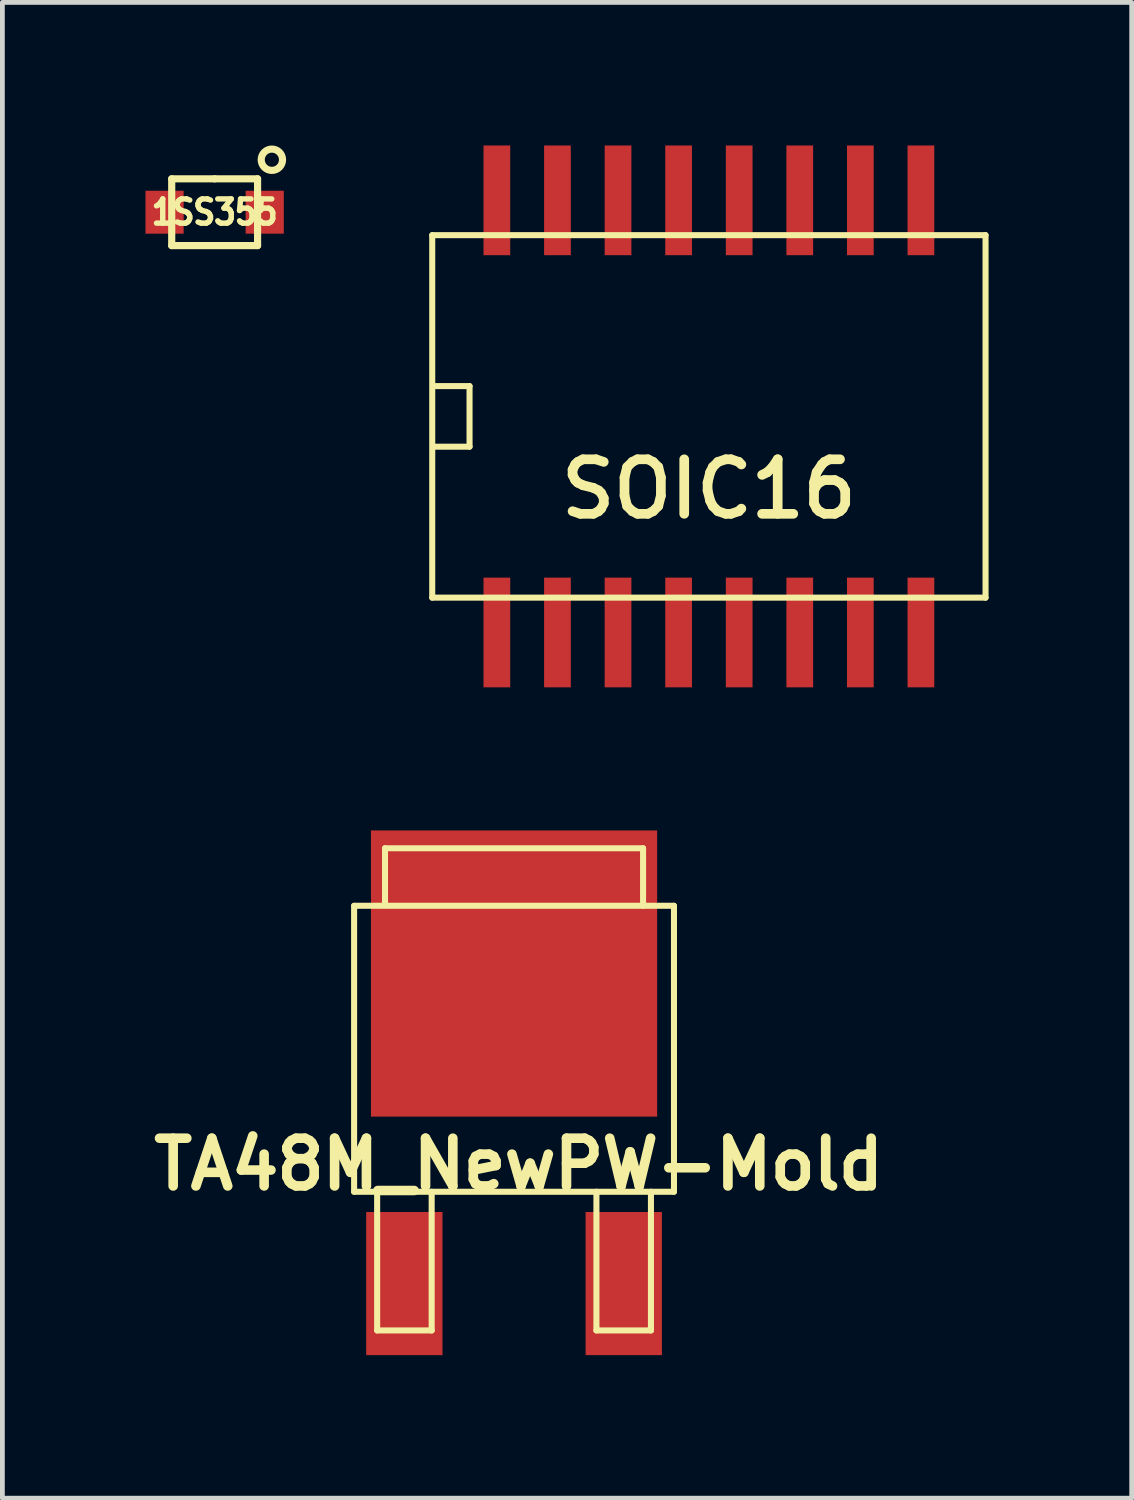
<source format=kicad_pcb>
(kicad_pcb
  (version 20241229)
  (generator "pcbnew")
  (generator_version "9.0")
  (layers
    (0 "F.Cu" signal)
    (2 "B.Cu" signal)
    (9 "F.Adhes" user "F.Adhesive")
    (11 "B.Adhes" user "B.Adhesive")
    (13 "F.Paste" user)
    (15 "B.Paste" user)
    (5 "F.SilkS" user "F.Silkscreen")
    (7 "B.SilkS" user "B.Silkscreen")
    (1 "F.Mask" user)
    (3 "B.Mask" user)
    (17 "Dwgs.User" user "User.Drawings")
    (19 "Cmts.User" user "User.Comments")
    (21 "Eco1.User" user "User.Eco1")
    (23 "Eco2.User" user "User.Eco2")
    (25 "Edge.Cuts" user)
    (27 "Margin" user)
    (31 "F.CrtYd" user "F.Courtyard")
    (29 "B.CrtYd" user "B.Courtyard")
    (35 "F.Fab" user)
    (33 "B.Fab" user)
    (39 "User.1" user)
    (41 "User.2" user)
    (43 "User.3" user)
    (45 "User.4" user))
  (footprint "SOIC16"
    (layer "F.Cu")
    (at 11.812 5.68)
    (property "Reference" "SOIC16" (at 0 1.524 0) (layer "F.SilkS") (effects (font (size 1.143 1.143) (thickness 0.203))))
    (attr smd)
    (fp_line (start -5.8 -3.8) (end 5.8 -3.8) (stroke (width 0.127) (type solid)) (layer "F.SilkS"))
    (fp_line (start -5.8 3.8) (end -5.8 -3.8) (stroke (width 0.127) (type solid)) (layer "F.SilkS"))
    (fp_line (start -5.78 -0.635) (end -5.018 -0.635) (stroke (width 0.127) (type solid)) (layer "F.SilkS"))
    (fp_line (start -5.018 -0.635) (end -5.018 0.635) (stroke (width 0.127) (type solid)) (layer "F.SilkS"))
    (fp_line (start -5.018 0.635) (end -5.78 0.635) (stroke (width 0.127) (type solid)) (layer "F.SilkS"))
    (fp_line (start 5.8 -3.8) (end 5.8 3.8) (stroke (width 0.127) (type solid)) (layer "F.SilkS"))
    (fp_line (start 5.8 3.8) (end -5.8 3.8) (stroke (width 0.127) (type solid)) (layer "F.SilkS"))
    (pad "1" smd rect (at -4.445 4.53) (size 0.56 2.3) (layers "F.Cu" "F.Mask" "F.Paste"))
    (pad "2" smd rect (at -3.175 4.53) (size 0.56 2.3) (layers "F.Cu" "F.Mask" "F.Paste"))
    (pad "3" smd rect (at -1.905 4.53) (size 0.56 2.3) (layers "F.Cu" "F.Mask" "F.Paste"))
    (pad "4" smd rect (at -0.635 4.53) (size 0.56 2.3) (layers "F.Cu" "F.Mask" "F.Paste"))
    (pad "5" smd rect (at 0.635 4.53) (size 0.56 2.3) (layers "F.Cu" "F.Mask" "F.Paste"))
    (pad "6" smd rect (at 1.905 4.53) (size 0.56 2.3) (layers "F.Cu" "F.Mask" "F.Paste"))
    (pad "7" smd rect (at 3.175 4.53) (size 0.56 2.3) (layers "F.Cu" "F.Mask" "F.Paste"))
    (pad "8" smd rect (at 4.445 4.53) (size 0.56 2.3) (layers "F.Cu" "F.Mask" "F.Paste"))
    (pad "9" smd rect (at 4.445 -4.53) (size 0.56 2.3) (layers "F.Cu" "F.Mask" "F.Paste"))
    (pad "10" smd rect (at 3.175 -4.53) (size 0.56 2.3) (layers "F.Cu" "F.Mask" "F.Paste"))
    (pad "11" smd rect (at 1.905 -4.53) (size 0.56 2.3) (layers "F.Cu" "F.Mask" "F.Paste"))
    (pad "12" smd rect (at 0.635 -4.53) (size 0.56 2.3) (layers "F.Cu" "F.Mask" "F.Paste"))
    (pad "13" smd rect (at -0.635 -4.53) (size 0.56 2.3) (layers "F.Cu" "F.Mask" "F.Paste"))
    (pad "14" smd rect (at -1.905 -4.53) (size 0.56 2.3) (layers "F.Cu" "F.Mask" "F.Paste"))
    (pad "15" smd rect (at -3.175 -4.53) (size 0.56 2.3) (layers "F.Cu" "F.Mask" "F.Paste"))
    (pad "16" smd rect (at -4.445 -4.53) (size 0.56 2.3) (layers "F.Cu" "F.Mask" "F.Paste")))
  (footprint "1SS355"
    (layer "F.Cu")
    (at 1.45 1.399)
    (property "Reference" "1SS355" (at 0 0 0) (layer "F.SilkS") (effects (font (size 0.508 0.457) (thickness 0.114))))
    (attr smd)
    (fp_line (start -0.9 -0.7) (end 0 -0.7) (stroke (width 0.15) (type solid)) (layer "F.SilkS"))
    (fp_line (start -0.9 0.7) (end -0.9 -0.7) (stroke (width 0.15) (type solid)) (layer "F.SilkS"))
    (fp_line (start 0 -0.7) (end 0.9 -0.7) (stroke (width 0.15) (type solid)) (layer "F.SilkS"))
    (fp_line (start 0.9 -0.7) (end 0.9 0.7) (stroke (width 0.15) (type solid)) (layer "F.SilkS"))
    (fp_line (start 0.9 0.7) (end -0.9 0.7) (stroke (width 0.15) (type solid)) (layer "F.SilkS"))
    (fp_circle (center 1.2 -1.1) (end 1.4 -1.2) (stroke (width 0.15) (type solid)) (fill no) (layer "F.SilkS"))
    (pad "1" smd rect (at -1.05 0) (size 0.8 0.9) (layers "F.Cu" "F.Mask" "F.Paste"))
    (pad "2" smd rect (at 1.05 0) (size 0.8 0.9) (layers "F.Cu" "F.Mask" "F.Paste")))
  (footprint "TA48M_NewPW-Mold"
    (layer "F.Cu")
    (at 7.727 20.36)
    (property "Reference" "TA48M_NewPW-Mold" (at 0.099 1.001 0) (layer "F.SilkS") (effects (font (size 1.001 1.001) (thickness 0.201))))
    (attr smd)
    (fp_line (start -3.353 -4.42) (end -3.353 1.575) (stroke (width 0.127) (type solid)) (layer "F.SilkS"))
    (fp_line (start -2.87 1.575) (end -2.87 4.483) (stroke (width 0.127) (type solid)) (layer "F.SilkS"))
    (fp_line (start -2.87 4.483) (end -1.727 4.483) (stroke (width 0.127) (type solid)) (layer "F.SilkS"))
    (fp_line (start -2.705 -5.626) (end 2.705 -5.626) (stroke (width 0.127) (type solid)) (layer "F.SilkS"))
    (fp_line (start -2.705 -4.432) (end -2.705 -5.626) (stroke (width 0.127) (type solid)) (layer "F.SilkS"))
    (fp_line (start -1.727 4.483) (end -1.727 1.575) (stroke (width 0.127) (type solid)) (layer "F.SilkS"))
    (fp_line (start 1.727 1.575) (end 1.727 4.483) (stroke (width 0.127) (type solid)) (layer "F.SilkS"))
    (fp_line (start 1.727 4.483) (end 2.87 4.483) (stroke (width 0.127) (type solid)) (layer "F.SilkS"))
    (fp_line (start 2.705 -5.626) (end 2.705 -4.42) (stroke (width 0.127) (type solid)) (layer "F.SilkS"))
    (fp_line (start 2.87 4.483) (end 2.87 1.575) (stroke (width 0.127) (type solid)) (layer "F.SilkS"))
    (fp_line (start 3.353 -4.42) (end -3.353 -4.42) (stroke (width 0.127) (type solid)) (layer "F.SilkS"))
    (fp_line (start 3.353 1.575) (end -3.353 1.575) (stroke (width 0.127) (type solid)) (layer "F.SilkS"))
    (fp_line (start 3.353 1.575) (end 3.353 -4.42) (stroke (width 0.127) (type solid)) (layer "F.SilkS"))
    (pad "1" smd rect (at -2.3 3.5) (size 1.6 3) (layers "F.Cu" "F.Mask" "F.Paste"))
    (pad "2" smd rect (at 2.3 3.5) (size 1.6 3) (layers "F.Cu" "F.Mask" "F.Paste"))
    (pad "3" smd rect (at 0 -3) (size 6 6) (layers "F.Cu" "F.Mask" "F.Paste")))
  (gr_rect
    (start -3 -3)
    (end 20.676 28.36)
    (stroke (width 0.1) (type default))
    (fill no)
    (layer "Edge.Cuts")))
</source>
